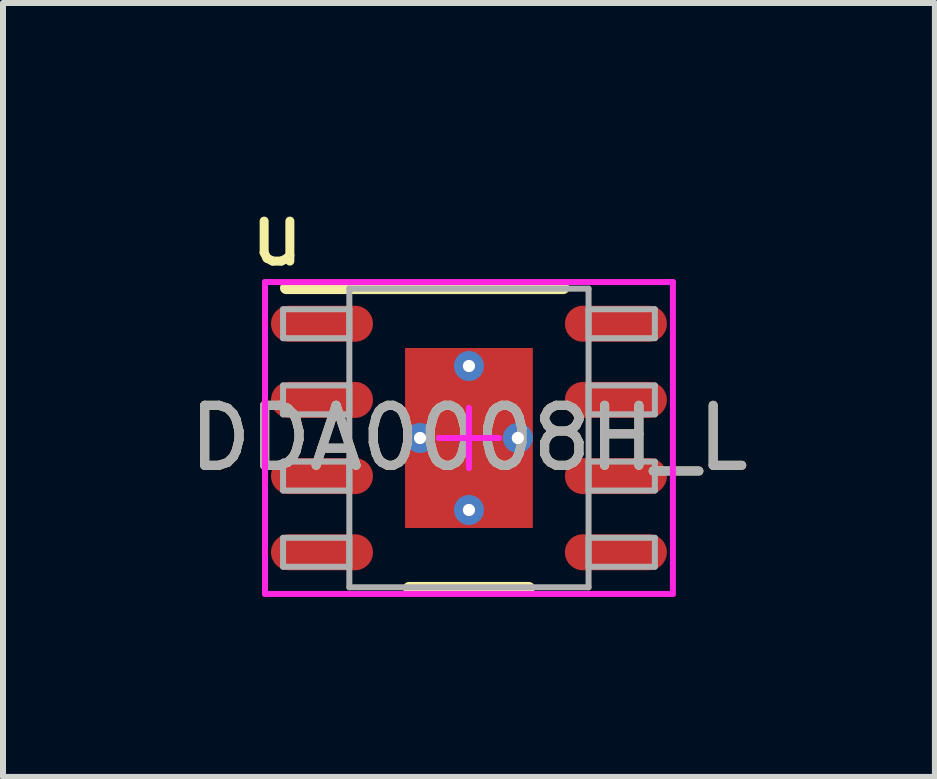
<source format=kicad_pcb>
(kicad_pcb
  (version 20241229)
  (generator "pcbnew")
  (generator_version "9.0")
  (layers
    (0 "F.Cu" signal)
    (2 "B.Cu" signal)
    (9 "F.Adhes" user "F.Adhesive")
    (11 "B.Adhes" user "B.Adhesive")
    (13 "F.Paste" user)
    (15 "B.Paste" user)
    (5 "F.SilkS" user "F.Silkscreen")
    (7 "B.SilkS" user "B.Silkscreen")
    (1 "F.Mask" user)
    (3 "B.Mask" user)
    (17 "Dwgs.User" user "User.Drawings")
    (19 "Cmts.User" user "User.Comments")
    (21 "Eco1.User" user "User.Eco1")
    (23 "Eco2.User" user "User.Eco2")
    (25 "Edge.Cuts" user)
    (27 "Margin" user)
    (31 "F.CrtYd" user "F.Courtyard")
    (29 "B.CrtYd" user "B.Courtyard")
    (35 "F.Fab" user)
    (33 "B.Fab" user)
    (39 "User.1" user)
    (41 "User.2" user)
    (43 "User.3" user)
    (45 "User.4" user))
  (footprint "DDA0008H_L"
    (layer "F.Cu")
    (at 4.768 4.252)
    (property "Reference" "DDA0008H_L" (at 0 0 0) (unlocked yes) (layer "F.SilkS") (effects (font (size 1 1) (thickness 0.15))))
    (attr smd)
    (fp_line (start -3.05 -2.5) (end 1.575 -2.5) (stroke (width 0.2) (type solid)) (layer "F.SilkS"))
    (fp_line (start -1 2.5) (end 1 2.5) (stroke (width 0.2) (type solid)) (layer "F.SilkS"))
    (fp_line (start -3.4 -2.6) (end 3.4 -2.6) (stroke (width 0.1) (type solid)) (layer "F.CrtYd"))
    (fp_line (start -3.4 2.6) (end -3.4 -2.6) (stroke (width 0.1) (type solid)) (layer "F.CrtYd"))
    (fp_line (start -3.4 2.6) (end 3.4 2.6) (stroke (width 0.1) (type solid)) (layer "F.CrtYd"))
    (fp_line (start -0.5 0) (end 0.5 0) (stroke (width 0.1) (type solid)) (layer "F.CrtYd"))
    (fp_line (start -0.5 0) (end 0.5 0) (stroke (width 0.1) (type solid)) (layer "F.CrtYd"))
    (fp_line (start 0 0.5) (end 0 -0.5) (stroke (width 0.1) (type solid)) (layer "F.CrtYd"))
    (fp_line (start 0 0.5) (end 0 -0.5) (stroke (width 0.1) (type solid)) (layer "F.CrtYd"))
    (fp_line (start 3.4 2.6) (end 3.4 -2.6) (stroke (width 0.1) (type solid)) (layer "F.CrtYd"))
    (fp_line (start -3.099 -2.146) (end -1.994 -2.146) (stroke (width 0.1) (type solid)) (layer "F.Fab"))
    (fp_line (start -3.099 -1.664) (end -3.099 -2.146) (stroke (width 0.1) (type solid)) (layer "F.Fab"))
    (fp_line (start -3.099 -1.664) (end -1.994 -1.664) (stroke (width 0.1) (type solid)) (layer "F.Fab"))
    (fp_line (start -3.099 -0.876) (end -1.994 -0.876) (stroke (width 0.1) (type solid)) (layer "F.Fab"))
    (fp_line (start -3.099 -0.394) (end -3.099 -0.876) (stroke (width 0.1) (type solid)) (layer "F.Fab"))
    (fp_line (start -3.099 -0.394) (end -1.994 -0.394) (stroke (width 0.1) (type solid)) (layer "F.Fab"))
    (fp_line (start -3.099 0.394) (end -1.994 0.394) (stroke (width 0.1) (type solid)) (layer "F.Fab"))
    (fp_line (start -3.099 0.876) (end -3.099 0.394) (stroke (width 0.1) (type solid)) (layer "F.Fab"))
    (fp_line (start -3.099 0.876) (end -1.994 0.876) (stroke (width 0.1) (type solid)) (layer "F.Fab"))
    (fp_line (start -3.099 1.664) (end -1.994 1.664) (stroke (width 0.1) (type solid)) (layer "F.Fab"))
    (fp_line (start -3.099 2.146) (end -3.099 1.664) (stroke (width 0.1) (type solid)) (layer "F.Fab"))
    (fp_line (start -3.099 2.146) (end -1.994 2.146) (stroke (width 0.1) (type solid)) (layer "F.Fab"))
    (fp_line (start -1.994 -2.489) (end 1.994 -2.489) (stroke (width 0.1) (type solid)) (layer "F.Fab"))
    (fp_line (start -1.994 -1.664) (end -1.994 -2.146) (stroke (width 0.1) (type solid)) (layer "F.Fab"))
    (fp_line (start -1.994 -0.394) (end -1.994 -0.876) (stroke (width 0.1) (type solid)) (layer "F.Fab"))
    (fp_line (start -1.994 0.876) (end -1.994 0.394) (stroke (width 0.1) (type solid)) (layer "F.Fab"))
    (fp_line (start -1.994 2.146) (end -1.994 1.664) (stroke (width 0.1) (type solid)) (layer "F.Fab"))
    (fp_line (start -1.994 2.489) (end -1.994 -2.489) (stroke (width 0.1) (type solid)) (layer "F.Fab"))
    (fp_line (start -1.994 2.489) (end 1.994 2.489) (stroke (width 0.1) (type solid)) (layer "F.Fab"))
    (fp_line (start 1.994 -2.146) (end 3.099 -2.146) (stroke (width 0.1) (type solid)) (layer "F.Fab"))
    (fp_line (start 1.994 -1.664) (end 1.994 -2.146) (stroke (width 0.1) (type solid)) (layer "F.Fab"))
    (fp_line (start 1.994 -1.664) (end 3.099 -1.664) (stroke (width 0.1) (type solid)) (layer "F.Fab"))
    (fp_line (start 1.994 -0.876) (end 3.099 -0.876) (stroke (width 0.1) (type solid)) (layer "F.Fab"))
    (fp_line (start 1.994 -0.394) (end 1.994 -0.876) (stroke (width 0.1) (type solid)) (layer "F.Fab"))
    (fp_line (start 1.994 -0.394) (end 3.099 -0.394) (stroke (width 0.1) (type solid)) (layer "F.Fab"))
    (fp_line (start 1.994 0.394) (end 3.099 0.394) (stroke (width 0.1) (type solid)) (layer "F.Fab"))
    (fp_line (start 1.994 0.876) (end 1.994 0.394) (stroke (width 0.1) (type solid)) (layer "F.Fab"))
    (fp_line (start 1.994 0.876) (end 3.099 0.876) (stroke (width 0.1) (type solid)) (layer "F.Fab"))
    (fp_line (start 1.994 1.664) (end 3.099 1.664) (stroke (width 0.1) (type solid)) (layer "F.Fab"))
    (fp_line (start 1.994 2.146) (end 1.994 1.664) (stroke (width 0.1) (type solid)) (layer "F.Fab"))
    (fp_line (start 1.994 2.146) (end 3.099 2.146) (stroke (width 0.1) (type solid)) (layer "F.Fab"))
    (fp_line (start 1.994 2.489) (end 1.994 -2.489) (stroke (width 0.1) (type solid)) (layer "F.Fab"))
    (fp_line (start 3.099 -1.664) (end 3.099 -2.146) (stroke (width 0.1) (type solid)) (layer "F.Fab"))
    (fp_line (start 3.099 -0.394) (end 3.099 -0.876) (stroke (width 0.1) (type solid)) (layer "F.Fab"))
    (fp_line (start 3.099 0.876) (end 3.099 0.394) (stroke (width 0.1) (type solid)) (layer "F.Fab"))
    (fp_line (start 3.099 2.146) (end 3.099 1.664) (stroke (width 0.1) (type solid)) (layer "F.Fab"))
    (fp_text user "u" (at -3.2 -3.404 0) (unlocked yes) (layer "F.SilkS") (effects (font (size 1 1) (thickness 0.15))))
    (fp_text user "${REFERENCE}" (at 0 0 0) (unlocked yes) (layer "F.Fab") (effects (font (size 1 1) (thickness 0.15))))
    (pad "1" smd oval (at -2.45 -1.905 90) (size 0.6 1.7) (layers "F.Cu" "F.Mask" "F.Paste"))
    (pad "2" smd oval (at -2.45 -0.635 90) (size 0.6 1.7) (layers "F.Cu" "F.Mask" "F.Paste"))
    (pad "3" smd oval (at -2.45 0.635 90) (size 0.6 1.7) (layers "F.Cu" "F.Mask" "F.Paste"))
    (pad "4" smd oval (at -2.45 1.905 90) (size 0.6 1.7) (layers "F.Cu" "F.Mask" "F.Paste"))
    (pad "5" smd oval (at 2.45 1.905 90) (size 0.6 1.7) (layers "F.Cu" "F.Mask" "F.Paste"))
    (pad "6" smd oval (at 2.45 0.635 90) (size 0.6 1.7) (layers "F.Cu" "F.Mask" "F.Paste"))
    (pad "7" smd oval (at 2.45 -0.635 90) (size 0.6 1.7) (layers "F.Cu" "F.Mask" "F.Paste"))
    (pad "8" smd oval (at 2.45 -1.905 90) (size 0.6 1.7) (layers "F.Cu" "F.Mask" "F.Paste"))
    (pad "9" smd rect (at 0 0) (size 2.13 3) (layers "F.Cu" "F.Mask" "F.Paste"))
    (pad "V" thru_hole circle (at -0.815 0) (size 0.5 0.5) (drill 0.203) (layers "*.Cu" "*.Mask"))
    (pad "V" thru_hole circle (at 0 -1.2) (size 0.5 0.5) (drill 0.203) (layers "*.Cu" "*.Mask"))
    (pad "V" thru_hole circle (at 0 1.2) (size 0.5 0.5) (drill 0.203) (layers "*.Cu" "*.Mask"))
    (pad "V" thru_hole circle (at 0.815 0) (size 0.5 0.5) (drill 0.203) (layers "*.Cu" "*.Mask")))
  (gr_rect
    (start -3 -3)
    (end 12.536 9.902)
    (stroke (width 0.1) (type default))
    (fill no)
    (layer "Edge.Cuts")))
</source>
